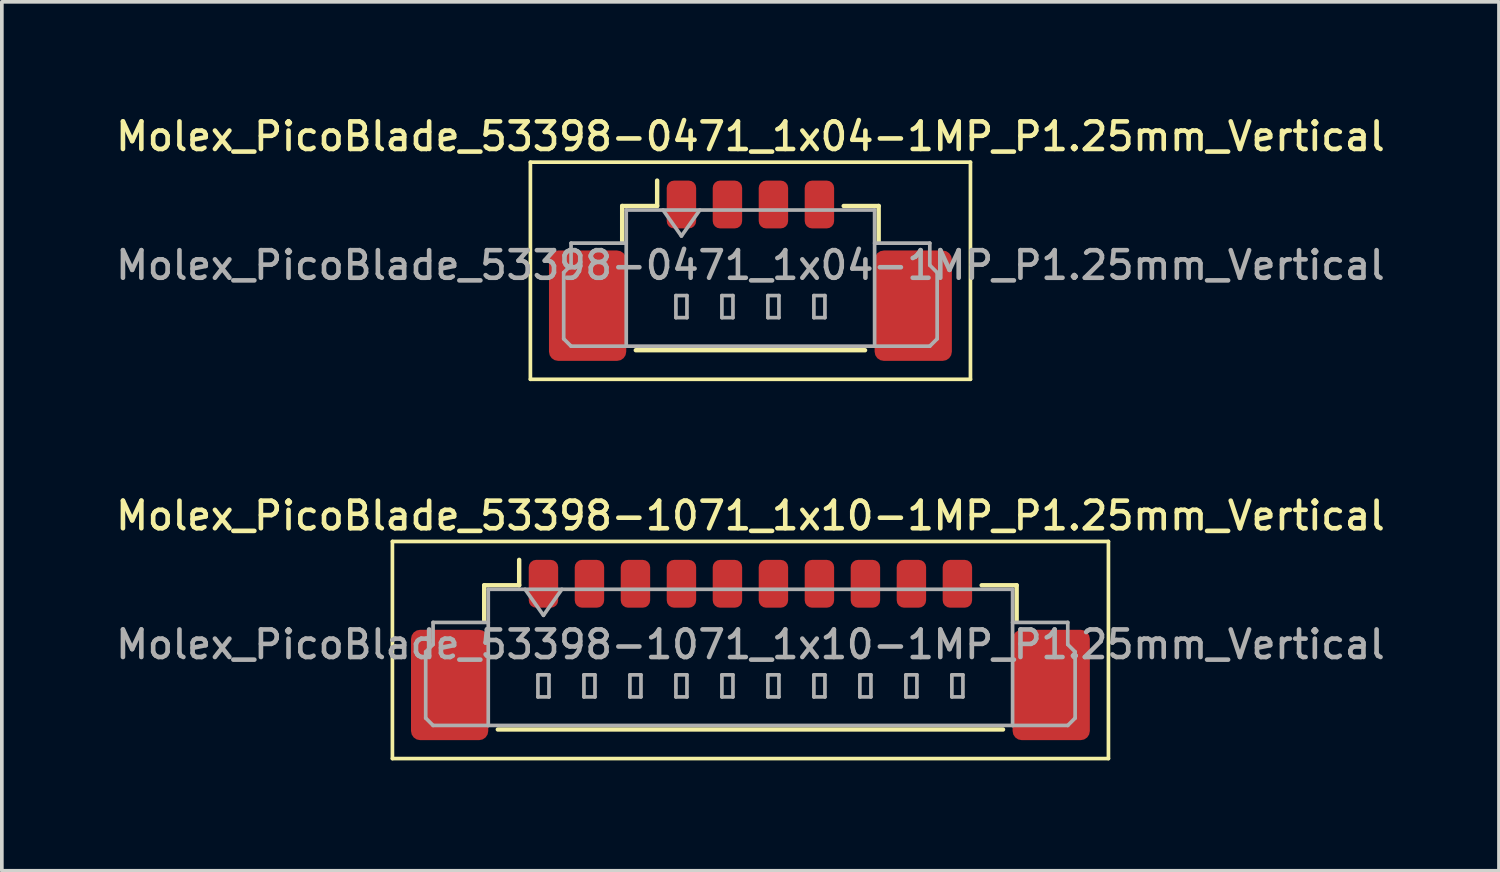
<source format=kicad_pcb>
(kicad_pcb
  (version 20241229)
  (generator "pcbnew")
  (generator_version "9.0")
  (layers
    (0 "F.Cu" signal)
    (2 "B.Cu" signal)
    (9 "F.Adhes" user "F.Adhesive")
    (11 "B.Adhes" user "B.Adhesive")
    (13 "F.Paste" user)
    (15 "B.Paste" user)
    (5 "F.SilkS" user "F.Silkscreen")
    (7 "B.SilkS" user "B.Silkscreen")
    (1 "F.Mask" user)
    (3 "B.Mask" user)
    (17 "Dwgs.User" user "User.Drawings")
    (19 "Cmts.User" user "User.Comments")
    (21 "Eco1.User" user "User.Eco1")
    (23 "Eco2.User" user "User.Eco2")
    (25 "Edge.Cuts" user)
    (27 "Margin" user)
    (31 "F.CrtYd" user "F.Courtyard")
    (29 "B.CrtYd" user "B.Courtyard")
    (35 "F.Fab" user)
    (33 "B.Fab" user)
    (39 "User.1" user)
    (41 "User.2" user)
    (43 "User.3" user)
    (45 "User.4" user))
  (footprint "Molex_PicoBlade_53398-0471_1x04-1MP_P1.25mm_Vertical"
    (layer "F.Cu")
    (at 17.345 3.758)
    (property "Reference" "Molex_PicoBlade_53398-0471_1x04-1MP_P1.25mm_Vertical" (at 0 -3.1 0) (layer "F.SilkS") (effects (font (size 0.75 0.75) (thickness 0.125))))
    (attr smd)
    (fp_line (start -5.98 -2.4) (end -5.98 3.5) (stroke (width 0.1) (type solid)) (layer "F.SilkS"))
    (fp_line (start -5.98 3.5) (end 5.98 3.5) (stroke (width 0.1) (type solid)) (layer "F.SilkS"))
    (fp_line (start -3.485 -1.21) (end -2.535 -1.21) (stroke (width 0.12) (type solid)) (layer "F.SilkS"))
    (fp_line (start -3.485 -0.26) (end -3.485 -1.21) (stroke (width 0.12) (type solid)) (layer "F.SilkS"))
    (fp_line (start -3.115 2.71) (end 3.115 2.71) (stroke (width 0.12) (type solid)) (layer "F.SilkS"))
    (fp_line (start -2.535 -1.21) (end -2.535 -1.9) (stroke (width 0.12) (type solid)) (layer "F.SilkS"))
    (fp_line (start 3.485 -1.21) (end 2.535 -1.21) (stroke (width 0.12) (type solid)) (layer "F.SilkS"))
    (fp_line (start 3.485 -0.26) (end 3.485 -1.21) (stroke (width 0.12) (type solid)) (layer "F.SilkS"))
    (fp_line (start 5.98 -2.4) (end -5.98 -2.4) (stroke (width 0.1) (type solid)) (layer "F.SilkS"))
    (fp_line (start 5.98 3.5) (end 5.98 -2.4) (stroke (width 0.1) (type solid)) (layer "F.SilkS"))
    (fp_line (start -5.075 0.6) (end -4.875 0.4) (stroke (width 0.1) (type solid)) (layer "F.Fab"))
    (fp_line (start -5.075 2.4) (end -5.075 0.6) (stroke (width 0.1) (type solid)) (layer "F.Fab"))
    (fp_line (start -4.875 -0.2) (end -3.375 -0.2) (stroke (width 0.1) (type solid)) (layer "F.Fab"))
    (fp_line (start -4.875 0.4) (end -4.875 -0.2) (stroke (width 0.1) (type solid)) (layer "F.Fab"))
    (fp_line (start -4.875 2.6) (end -5.075 2.4) (stroke (width 0.1) (type solid)) (layer "F.Fab"))
    (fp_line (start -3.375 -1.1) (end -3.375 2.6) (stroke (width 0.1) (type solid)) (layer "F.Fab"))
    (fp_line (start -3.375 -1.1) (end 3.375 -1.1) (stroke (width 0.1) (type solid)) (layer "F.Fab"))
    (fp_line (start -3.375 2.6) (end -4.875 2.6) (stroke (width 0.1) (type solid)) (layer "F.Fab"))
    (fp_line (start -3.375 2.6) (end 3.375 2.6) (stroke (width 0.1) (type solid)) (layer "F.Fab"))
    (fp_line (start -2.375 -1.1) (end -1.875 -0.393) (stroke (width 0.1) (type solid)) (layer "F.Fab"))
    (fp_line (start -2.025 1.225) (end -2.025 1.825) (stroke (width 0.1) (type solid)) (layer "F.Fab"))
    (fp_line (start -2.025 1.825) (end -1.725 1.825) (stroke (width 0.1) (type solid)) (layer "F.Fab"))
    (fp_line (start -1.875 -0.393) (end -1.375 -1.1) (stroke (width 0.1) (type solid)) (layer "F.Fab"))
    (fp_line (start -1.725 1.225) (end -2.025 1.225) (stroke (width 0.1) (type solid)) (layer "F.Fab"))
    (fp_line (start -1.725 1.825) (end -1.725 1.225) (stroke (width 0.1) (type solid)) (layer "F.Fab"))
    (fp_line (start -0.775 1.225) (end -0.775 1.825) (stroke (width 0.1) (type solid)) (layer "F.Fab"))
    (fp_line (start -0.775 1.825) (end -0.475 1.825) (stroke (width 0.1) (type solid)) (layer "F.Fab"))
    (fp_line (start -0.475 1.225) (end -0.775 1.225) (stroke (width 0.1) (type solid)) (layer "F.Fab"))
    (fp_line (start -0.475 1.825) (end -0.475 1.225) (stroke (width 0.1) (type solid)) (layer "F.Fab"))
    (fp_line (start 0.475 1.225) (end 0.475 1.825) (stroke (width 0.1) (type solid)) (layer "F.Fab"))
    (fp_line (start 0.475 1.825) (end 0.775 1.825) (stroke (width 0.1) (type solid)) (layer "F.Fab"))
    (fp_line (start 0.775 1.225) (end 0.475 1.225) (stroke (width 0.1) (type solid)) (layer "F.Fab"))
    (fp_line (start 0.775 1.825) (end 0.775 1.225) (stroke (width 0.1) (type solid)) (layer "F.Fab"))
    (fp_line (start 1.725 1.225) (end 1.725 1.825) (stroke (width 0.1) (type solid)) (layer "F.Fab"))
    (fp_line (start 1.725 1.825) (end 2.025 1.825) (stroke (width 0.1) (type solid)) (layer "F.Fab"))
    (fp_line (start 2.025 1.225) (end 1.725 1.225) (stroke (width 0.1) (type solid)) (layer "F.Fab"))
    (fp_line (start 2.025 1.825) (end 2.025 1.225) (stroke (width 0.1) (type solid)) (layer "F.Fab"))
    (fp_line (start 3.375 -1.1) (end 3.375 2.6) (stroke (width 0.1) (type solid)) (layer "F.Fab"))
    (fp_line (start 3.375 2.6) (end 4.875 2.6) (stroke (width 0.1) (type solid)) (layer "F.Fab"))
    (fp_line (start 4.875 -0.2) (end 3.375 -0.2) (stroke (width 0.1) (type solid)) (layer "F.Fab"))
    (fp_line (start 4.875 0.4) (end 4.875 -0.2) (stroke (width 0.1) (type solid)) (layer "F.Fab"))
    (fp_line (start 4.875 2.6) (end 5.075 2.4) (stroke (width 0.1) (type solid)) (layer "F.Fab"))
    (fp_line (start 5.075 0.6) (end 4.875 0.4) (stroke (width 0.1) (type solid)) (layer "F.Fab"))
    (fp_line (start 5.075 2.4) (end 5.075 0.6) (stroke (width 0.1) (type solid)) (layer "F.Fab"))
    (fp_text user "${REFERENCE}" (at 0 0.4 0) (layer "F.Fab") (effects (font (size 0.75 0.75) (thickness 0.125))))
    (pad "1" smd roundrect (at -1.875 -1.25) (size 0.8 1.3) (layers "F.Cu" "F.Mask" "F.Paste") (roundrect_rratio 0.25))
    (pad "2" smd roundrect (at -0.625 -1.25) (size 0.8 1.3) (layers "F.Cu" "F.Mask" "F.Paste") (roundrect_rratio 0.25))
    (pad "3" smd roundrect (at 0.625 -1.25) (size 0.8 1.3) (layers "F.Cu" "F.Mask" "F.Paste") (roundrect_rratio 0.25))
    (pad "4" smd roundrect (at 1.875 -1.25) (size 0.8 1.3) (layers "F.Cu" "F.Mask" "F.Paste") (roundrect_rratio 0.25))
    (pad "MP" smd roundrect (at -4.425 1.5) (size 2.1 3) (layers "F.Cu" "F.Mask" "F.Paste") (roundrect_rratio 0.119))
    (pad "MP" smd roundrect (at 4.425 1.5) (size 2.1 3) (layers "F.Cu" "F.Mask" "F.Paste") (roundrect_rratio 0.119)))
  (footprint "Molex_PicoBlade_53398-1071_1x10-1MP_P1.25mm_Vertical"
    (layer "F.Cu")
    (at 17.345 14.066)
    (property "Reference" "Molex_PicoBlade_53398-1071_1x10-1MP_P1.25mm_Vertical" (at 0 -3.1 0) (layer "F.SilkS") (effects (font (size 0.75 0.75) (thickness 0.125))))
    (attr smd)
    (fp_line (start -9.73 -2.4) (end -9.73 3.5) (stroke (width 0.1) (type solid)) (layer "F.SilkS"))
    (fp_line (start -9.73 3.5) (end 9.73 3.5) (stroke (width 0.1) (type solid)) (layer "F.SilkS"))
    (fp_line (start -7.235 -1.21) (end -6.285 -1.21) (stroke (width 0.12) (type solid)) (layer "F.SilkS"))
    (fp_line (start -7.235 -0.26) (end -7.235 -1.21) (stroke (width 0.12) (type solid)) (layer "F.SilkS"))
    (fp_line (start -6.865 2.71) (end 6.865 2.71) (stroke (width 0.12) (type solid)) (layer "F.SilkS"))
    (fp_line (start -6.285 -1.21) (end -6.285 -1.9) (stroke (width 0.12) (type solid)) (layer "F.SilkS"))
    (fp_line (start 7.235 -1.21) (end 6.285 -1.21) (stroke (width 0.12) (type solid)) (layer "F.SilkS"))
    (fp_line (start 7.235 -0.26) (end 7.235 -1.21) (stroke (width 0.12) (type solid)) (layer "F.SilkS"))
    (fp_line (start 9.73 -2.4) (end -9.73 -2.4) (stroke (width 0.1) (type solid)) (layer "F.SilkS"))
    (fp_line (start 9.73 3.5) (end 9.73 -2.4) (stroke (width 0.1) (type solid)) (layer "F.SilkS"))
    (fp_line (start -8.825 0.6) (end -8.625 0.4) (stroke (width 0.1) (type solid)) (layer "F.Fab"))
    (fp_line (start -8.825 2.4) (end -8.825 0.6) (stroke (width 0.1) (type solid)) (layer "F.Fab"))
    (fp_line (start -8.625 -0.2) (end -7.125 -0.2) (stroke (width 0.1) (type solid)) (layer "F.Fab"))
    (fp_line (start -8.625 0.4) (end -8.625 -0.2) (stroke (width 0.1) (type solid)) (layer "F.Fab"))
    (fp_line (start -8.625 2.6) (end -8.825 2.4) (stroke (width 0.1) (type solid)) (layer "F.Fab"))
    (fp_line (start -7.125 -1.1) (end -7.125 2.6) (stroke (width 0.1) (type solid)) (layer "F.Fab"))
    (fp_line (start -7.125 -1.1) (end 7.125 -1.1) (stroke (width 0.1) (type solid)) (layer "F.Fab"))
    (fp_line (start -7.125 2.6) (end -8.625 2.6) (stroke (width 0.1) (type solid)) (layer "F.Fab"))
    (fp_line (start -7.125 2.6) (end 7.125 2.6) (stroke (width 0.1) (type solid)) (layer "F.Fab"))
    (fp_line (start -6.125 -1.1) (end -5.625 -0.393) (stroke (width 0.1) (type solid)) (layer "F.Fab"))
    (fp_line (start -5.775 1.225) (end -5.775 1.825) (stroke (width 0.1) (type solid)) (layer "F.Fab"))
    (fp_line (start -5.775 1.825) (end -5.475 1.825) (stroke (width 0.1) (type solid)) (layer "F.Fab"))
    (fp_line (start -5.625 -0.393) (end -5.125 -1.1) (stroke (width 0.1) (type solid)) (layer "F.Fab"))
    (fp_line (start -5.475 1.225) (end -5.775 1.225) (stroke (width 0.1) (type solid)) (layer "F.Fab"))
    (fp_line (start -5.475 1.825) (end -5.475 1.225) (stroke (width 0.1) (type solid)) (layer "F.Fab"))
    (fp_line (start -4.525 1.225) (end -4.525 1.825) (stroke (width 0.1) (type solid)) (layer "F.Fab"))
    (fp_line (start -4.525 1.825) (end -4.225 1.825) (stroke (width 0.1) (type solid)) (layer "F.Fab"))
    (fp_line (start -4.225 1.225) (end -4.525 1.225) (stroke (width 0.1) (type solid)) (layer "F.Fab"))
    (fp_line (start -4.225 1.825) (end -4.225 1.225) (stroke (width 0.1) (type solid)) (layer "F.Fab"))
    (fp_line (start -3.275 1.225) (end -3.275 1.825) (stroke (width 0.1) (type solid)) (layer "F.Fab"))
    (fp_line (start -3.275 1.825) (end -2.975 1.825) (stroke (width 0.1) (type solid)) (layer "F.Fab"))
    (fp_line (start -2.975 1.225) (end -3.275 1.225) (stroke (width 0.1) (type solid)) (layer "F.Fab"))
    (fp_line (start -2.975 1.825) (end -2.975 1.225) (stroke (width 0.1) (type solid)) (layer "F.Fab"))
    (fp_line (start -2.025 1.225) (end -2.025 1.825) (stroke (width 0.1) (type solid)) (layer "F.Fab"))
    (fp_line (start -2.025 1.825) (end -1.725 1.825) (stroke (width 0.1) (type solid)) (layer "F.Fab"))
    (fp_line (start -1.725 1.225) (end -2.025 1.225) (stroke (width 0.1) (type solid)) (layer "F.Fab"))
    (fp_line (start -1.725 1.825) (end -1.725 1.225) (stroke (width 0.1) (type solid)) (layer "F.Fab"))
    (fp_line (start -0.775 1.225) (end -0.775 1.825) (stroke (width 0.1) (type solid)) (layer "F.Fab"))
    (fp_line (start -0.775 1.825) (end -0.475 1.825) (stroke (width 0.1) (type solid)) (layer "F.Fab"))
    (fp_line (start -0.475 1.225) (end -0.775 1.225) (stroke (width 0.1) (type solid)) (layer "F.Fab"))
    (fp_line (start -0.475 1.825) (end -0.475 1.225) (stroke (width 0.1) (type solid)) (layer "F.Fab"))
    (fp_line (start 0.475 1.225) (end 0.475 1.825) (stroke (width 0.1) (type solid)) (layer "F.Fab"))
    (fp_line (start 0.475 1.825) (end 0.775 1.825) (stroke (width 0.1) (type solid)) (layer "F.Fab"))
    (fp_line (start 0.775 1.225) (end 0.475 1.225) (stroke (width 0.1) (type solid)) (layer "F.Fab"))
    (fp_line (start 0.775 1.825) (end 0.775 1.225) (stroke (width 0.1) (type solid)) (layer "F.Fab"))
    (fp_line (start 1.725 1.225) (end 1.725 1.825) (stroke (width 0.1) (type solid)) (layer "F.Fab"))
    (fp_line (start 1.725 1.825) (end 2.025 1.825) (stroke (width 0.1) (type solid)) (layer "F.Fab"))
    (fp_line (start 2.025 1.225) (end 1.725 1.225) (stroke (width 0.1) (type solid)) (layer "F.Fab"))
    (fp_line (start 2.025 1.825) (end 2.025 1.225) (stroke (width 0.1) (type solid)) (layer "F.Fab"))
    (fp_line (start 2.975 1.225) (end 2.975 1.825) (stroke (width 0.1) (type solid)) (layer "F.Fab"))
    (fp_line (start 2.975 1.825) (end 3.275 1.825) (stroke (width 0.1) (type solid)) (layer "F.Fab"))
    (fp_line (start 3.275 1.225) (end 2.975 1.225) (stroke (width 0.1) (type solid)) (layer "F.Fab"))
    (fp_line (start 3.275 1.825) (end 3.275 1.225) (stroke (width 0.1) (type solid)) (layer "F.Fab"))
    (fp_line (start 4.225 1.225) (end 4.225 1.825) (stroke (width 0.1) (type solid)) (layer "F.Fab"))
    (fp_line (start 4.225 1.825) (end 4.525 1.825) (stroke (width 0.1) (type solid)) (layer "F.Fab"))
    (fp_line (start 4.525 1.225) (end 4.225 1.225) (stroke (width 0.1) (type solid)) (layer "F.Fab"))
    (fp_line (start 4.525 1.825) (end 4.525 1.225) (stroke (width 0.1) (type solid)) (layer "F.Fab"))
    (fp_line (start 5.475 1.225) (end 5.475 1.825) (stroke (width 0.1) (type solid)) (layer "F.Fab"))
    (fp_line (start 5.475 1.825) (end 5.775 1.825) (stroke (width 0.1) (type solid)) (layer "F.Fab"))
    (fp_line (start 5.775 1.225) (end 5.475 1.225) (stroke (width 0.1) (type solid)) (layer "F.Fab"))
    (fp_line (start 5.775 1.825) (end 5.775 1.225) (stroke (width 0.1) (type solid)) (layer "F.Fab"))
    (fp_line (start 7.125 -1.1) (end 7.125 2.6) (stroke (width 0.1) (type solid)) (layer "F.Fab"))
    (fp_line (start 7.125 2.6) (end 8.625 2.6) (stroke (width 0.1) (type solid)) (layer "F.Fab"))
    (fp_line (start 8.625 -0.2) (end 7.125 -0.2) (stroke (width 0.1) (type solid)) (layer "F.Fab"))
    (fp_line (start 8.625 0.4) (end 8.625 -0.2) (stroke (width 0.1) (type solid)) (layer "F.Fab"))
    (fp_line (start 8.625 2.6) (end 8.825 2.4) (stroke (width 0.1) (type solid)) (layer "F.Fab"))
    (fp_line (start 8.825 0.6) (end 8.625 0.4) (stroke (width 0.1) (type solid)) (layer "F.Fab"))
    (fp_line (start 8.825 2.4) (end 8.825 0.6) (stroke (width 0.1) (type solid)) (layer "F.Fab"))
    (fp_text user "${REFERENCE}" (at 0 0.4 0) (layer "F.Fab") (effects (font (size 0.75 0.75) (thickness 0.125))))
    (pad "1" smd roundrect (at -5.625 -1.25) (size 0.8 1.3) (layers "F.Cu" "F.Mask" "F.Paste") (roundrect_rratio 0.25))
    (pad "2" smd roundrect (at -4.375 -1.25) (size 0.8 1.3) (layers "F.Cu" "F.Mask" "F.Paste") (roundrect_rratio 0.25))
    (pad "3" smd roundrect (at -3.125 -1.25) (size 0.8 1.3) (layers "F.Cu" "F.Mask" "F.Paste") (roundrect_rratio 0.25))
    (pad "4" smd roundrect (at -1.875 -1.25) (size 0.8 1.3) (layers "F.Cu" "F.Mask" "F.Paste") (roundrect_rratio 0.25))
    (pad "5" smd roundrect (at -0.625 -1.25) (size 0.8 1.3) (layers "F.Cu" "F.Mask" "F.Paste") (roundrect_rratio 0.25))
    (pad "6" smd roundrect (at 0.625 -1.25) (size 0.8 1.3) (layers "F.Cu" "F.Mask" "F.Paste") (roundrect_rratio 0.25))
    (pad "7" smd roundrect (at 1.875 -1.25) (size 0.8 1.3) (layers "F.Cu" "F.Mask" "F.Paste") (roundrect_rratio 0.25))
    (pad "8" smd roundrect (at 3.125 -1.25) (size 0.8 1.3) (layers "F.Cu" "F.Mask" "F.Paste") (roundrect_rratio 0.25))
    (pad "9" smd roundrect (at 4.375 -1.25) (size 0.8 1.3) (layers "F.Cu" "F.Mask" "F.Paste") (roundrect_rratio 0.25))
    (pad "10" smd roundrect (at 5.625 -1.25) (size 0.8 1.3) (layers "F.Cu" "F.Mask" "F.Paste") (roundrect_rratio 0.25))
    (pad "MP" smd roundrect (at -8.175 1.5) (size 2.1 3) (layers "F.Cu" "F.Mask" "F.Paste") (roundrect_rratio 0.119))
    (pad "MP" smd roundrect (at 8.175 1.5) (size 2.1 3) (layers "F.Cu" "F.Mask" "F.Paste") (roundrect_rratio 0.119)))
  (gr_rect
    (start -3 -3)
    (end 37.689 20.616)
    (stroke (width 0.1) (type default))
    (fill no)
    (layer "Edge.Cuts")))
</source>
